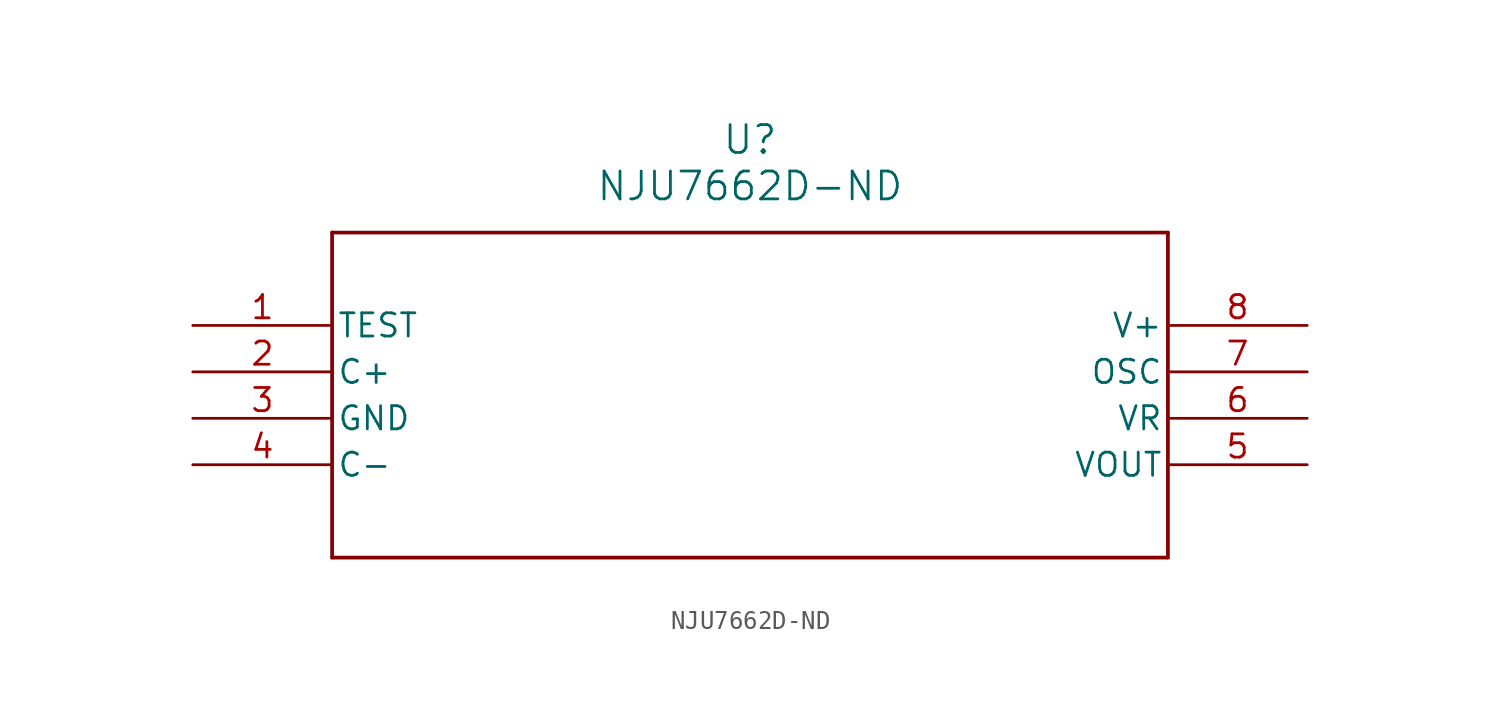
<source format=kicad_sym>
(kicad_symbol_lib
  (version 20211014)
  (generator kicad_symbol_editor)
  (symbol "NJU7662D-ND"
    (pin_names
      (offset 0.254))
    (property "Reference" "U"
      (at 30.48 10.16 0)
      (effects (font (size 1.524 1.524))))
    (property "Value" "NJU7662D-ND"
      (at 30.48 7.62 0)
      (effects (font (size 1.524 1.524))))
    (symbol "NJU7662D-ND_0_1"
      (polyline (pts (xy 7.62 5.08) (xy 7.62 -12.7)) (stroke (width 0.203) (type default) (color 0 0 0 0)) (fill (type none)))
      (polyline (pts (xy 7.62 -12.7) (xy 53.34 -12.7)) (stroke (width 0.203) (type default) (color 0 0 0 0)) (fill (type none)))
      (polyline (pts (xy 53.34 -12.7) (xy 53.34 5.08)) (stroke (width 0.203) (type default) (color 0 0 0 0)) (fill (type none)))
      (polyline (pts (xy 53.34 5.08) (xy 7.62 5.08)) (stroke (width 0.203) (type default) (color 0 0 0 0)) (fill (type none)))
      (pin unspecified line (at 0 0 0) (length 7.62) (name "TEST" (effects (font (size 1.27 1.27)))) (number "1" (effects (font (size 1.27 1.27)))))
      (pin unspecified line (at 0 -2.54 0) (length 7.62) (name "C+" (effects (font (size 1.27 1.27)))) (number "2" (effects (font (size 1.27 1.27)))))
      (pin power_in line (at 0 -5.08 0) (length 7.62) (name "GND" (effects (font (size 1.27 1.27)))) (number "3" (effects (font (size 1.27 1.27)))))
      (pin unspecified line (at 0 -7.62 0) (length 7.62) (name "C-" (effects (font (size 1.27 1.27)))) (number "4" (effects (font (size 1.27 1.27)))))
      (pin output line (at 60.96 -7.62 180) (length 7.62) (name "VOUT" (effects (font (size 1.27 1.27)))) (number "5" (effects (font (size 1.27 1.27)))))
      (pin unspecified line (at 60.96 -5.08 180) (length 7.62) (name "VR" (effects (font (size 1.27 1.27)))) (number "6" (effects (font (size 1.27 1.27)))))
      (pin unspecified line (at 60.96 -2.54 180) (length 7.62) (name "OSC" (effects (font (size 1.27 1.27)))) (number "7" (effects (font (size 1.27 1.27)))))
      (pin power_in line (at 60.96 0 180) (length 7.62) (name "V+" (effects (font (size 1.27 1.27)))) (number "8" (effects (font (size 1.27 1.27))))))))
</source>
